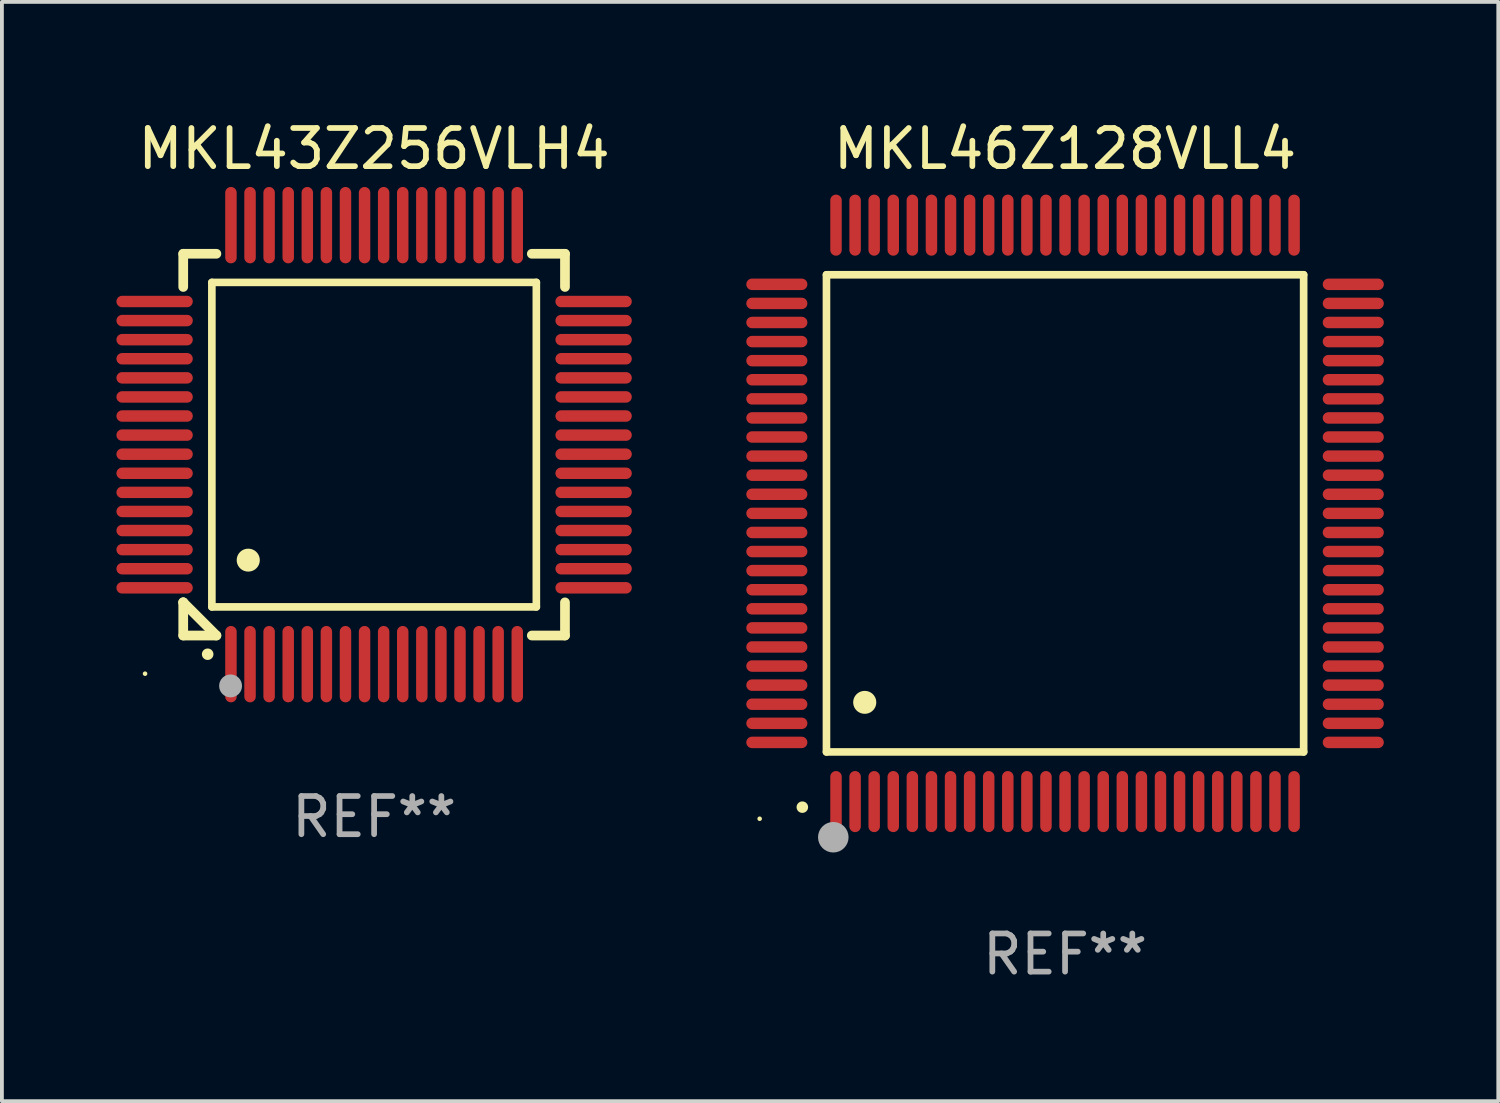
<source format=kicad_pcb>
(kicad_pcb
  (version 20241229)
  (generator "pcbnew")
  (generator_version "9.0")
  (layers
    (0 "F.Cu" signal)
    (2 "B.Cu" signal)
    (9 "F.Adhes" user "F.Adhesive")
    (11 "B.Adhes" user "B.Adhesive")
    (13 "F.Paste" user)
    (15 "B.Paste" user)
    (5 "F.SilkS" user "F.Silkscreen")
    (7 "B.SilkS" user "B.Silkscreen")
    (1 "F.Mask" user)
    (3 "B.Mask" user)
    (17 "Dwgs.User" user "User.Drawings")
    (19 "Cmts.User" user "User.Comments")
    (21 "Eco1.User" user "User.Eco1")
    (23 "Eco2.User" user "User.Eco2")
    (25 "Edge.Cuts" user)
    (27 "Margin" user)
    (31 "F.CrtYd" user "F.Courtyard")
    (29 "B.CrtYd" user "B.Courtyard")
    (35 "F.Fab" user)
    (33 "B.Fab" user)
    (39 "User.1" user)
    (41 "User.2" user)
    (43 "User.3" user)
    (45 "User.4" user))
  (footprint "MKL43Z256VLH4"
    (layer "F.Cu")
    (at 6.75 8.598)
    (property "Reference" "MKL43Z256VLH4" (at 0 -7.75 0) (layer "F.SilkS") (effects (font (size 1 1) (thickness 0.15))))
    (attr through_hole)
    (fp_line (start -5 -5) (end -4.131 -5) (stroke (width 0.254) (type solid)) (layer "F.SilkS"))
    (fp_line (start -5 -4.131) (end -5 -5) (stroke (width 0.254) (type solid)) (layer "F.SilkS"))
    (fp_line (start -5 4.131) (end -5 4.131) (stroke (width 0.254) (type solid)) (layer "F.SilkS"))
    (fp_line (start -5 5) (end -5 4.131) (stroke (width 0.254) (type solid)) (layer "F.SilkS"))
    (fp_line (start -5 4.131) (end -4.131 5) (stroke (width 0.254) (type solid)) (layer "F.SilkS"))
    (fp_line (start -4.25 -4.25) (end -4.25 4.25) (stroke (width 0.2) (type solid)) (layer "F.SilkS"))
    (fp_line (start -4.25 4.25) (end 4.25 4.25) (stroke (width 0.2) (type solid)) (layer "F.SilkS"))
    (fp_line (start -4.131 5) (end -5 5) (stroke (width 0.254) (type solid)) (layer "F.SilkS"))
    (fp_line (start 4.25 -4.25) (end -4.25 -4.25) (stroke (width 0.2) (type solid)) (layer "F.SilkS"))
    (fp_line (start 4.25 4.25) (end 4.25 -4.25) (stroke (width 0.2) (type solid)) (layer "F.SilkS"))
    (fp_line (start 5 -5) (end 4.131 -5) (stroke (width 0.254) (type solid)) (layer "F.SilkS"))
    (fp_line (start 5 -5) (end 5 -4.131) (stroke (width 0.254) (type solid)) (layer "F.SilkS"))
    (fp_line (start 5 4.131) (end 5 5) (stroke (width 0.254) (type solid)) (layer "F.SilkS"))
    (fp_line (start 5 5) (end 4.131 5) (stroke (width 0.254) (type solid)) (layer "F.SilkS"))
    (fp_arc (start -4.361265 5.489992) (mid -4.359995 5.489987) (end -4.358725 5.489992) (stroke (width 0.3) (type solid)) (layer "F.SilkS"))
    (fp_arc (start -3.299467 3.025146) (mid -3.296927 3.025135) (end -3.294387 3.025146) (stroke (width 0.6) (type solid)) (layer "F.SilkS"))
    (fp_circle (center -6 6) (end -5.97 6) (stroke (width 0.06) (type solid)) (fill no) (layer "F.SilkS"))
    (fp_circle (center -3.76 6.32) (end -3.61 6.32) (stroke (width 0.3) (type solid)) (fill no) (layer "F.Fab"))
    (fp_text user "REF**" (at 0 9.75 0) (layer "F.Fab") (effects (font (size 1 1) (thickness 0.15))))
    (pad "1" smd oval (at -3.75 5.75) (size 0.3 2) (layers "F.Cu" "F.Mask" "F.Paste"))
    (pad "2" smd oval (at -3.25 5.75) (size 0.3 2) (layers "F.Cu" "F.Mask" "F.Paste"))
    (pad "3" smd oval (at -2.75 5.75) (size 0.3 2) (layers "F.Cu" "F.Mask" "F.Paste"))
    (pad "4" smd oval (at -2.25 5.75) (size 0.3 2) (layers "F.Cu" "F.Mask" "F.Paste"))
    (pad "5" smd oval (at -1.75 5.75) (size 0.3 2) (layers "F.Cu" "F.Mask" "F.Paste"))
    (pad "6" smd oval (at -1.25 5.75) (size 0.3 2) (layers "F.Cu" "F.Mask" "F.Paste"))
    (pad "7" smd oval (at -0.75 5.75) (size 0.3 2) (layers "F.Cu" "F.Mask" "F.Paste"))
    (pad "8" smd oval (at -0.25 5.75) (size 0.3 2) (layers "F.Cu" "F.Mask" "F.Paste"))
    (pad "9" smd oval (at 0.25 5.75) (size 0.3 2) (layers "F.Cu" "F.Mask" "F.Paste"))
    (pad "10" smd oval (at 0.75 5.75) (size 0.3 2) (layers "F.Cu" "F.Mask" "F.Paste"))
    (pad "11" smd oval (at 1.25 5.75) (size 0.3 2) (layers "F.Cu" "F.Mask" "F.Paste"))
    (pad "12" smd oval (at 1.75 5.75) (size 0.3 2) (layers "F.Cu" "F.Mask" "F.Paste"))
    (pad "13" smd oval (at 2.25 5.75) (size 0.3 2) (layers "F.Cu" "F.Mask" "F.Paste"))
    (pad "14" smd oval (at 2.75 5.75) (size 0.3 2) (layers "F.Cu" "F.Mask" "F.Paste"))
    (pad "15" smd oval (at 3.25 5.75) (size 0.3 2) (layers "F.Cu" "F.Mask" "F.Paste"))
    (pad "16" smd oval (at 3.75 5.75) (size 0.3 2) (layers "F.Cu" "F.Mask" "F.Paste"))
    (pad "17" smd oval (at 5.75 3.75) (size 2 0.3) (layers "F.Cu" "F.Mask" "F.Paste"))
    (pad "18" smd oval (at 5.75 3.25) (size 2 0.3) (layers "F.Cu" "F.Mask" "F.Paste"))
    (pad "19" smd oval (at 5.75 2.75) (size 2 0.3) (layers "F.Cu" "F.Mask" "F.Paste"))
    (pad "20" smd oval (at 5.75 2.25) (size 2 0.3) (layers "F.Cu" "F.Mask" "F.Paste"))
    (pad "21" smd oval (at 5.75 1.75) (size 2 0.3) (layers "F.Cu" "F.Mask" "F.Paste"))
    (pad "22" smd oval (at 5.75 1.25) (size 2 0.3) (layers "F.Cu" "F.Mask" "F.Paste"))
    (pad "23" smd oval (at 5.75 0.75) (size 2 0.3) (layers "F.Cu" "F.Mask" "F.Paste"))
    (pad "24" smd oval (at 5.75 0.25) (size 2 0.3) (layers "F.Cu" "F.Mask" "F.Paste"))
    (pad "25" smd oval (at 5.75 -0.25) (size 2 0.3) (layers "F.Cu" "F.Mask" "F.Paste"))
    (pad "26" smd oval (at 5.75 -0.75) (size 2 0.3) (layers "F.Cu" "F.Mask" "F.Paste"))
    (pad "27" smd oval (at 5.75 -1.25) (size 2 0.3) (layers "F.Cu" "F.Mask" "F.Paste"))
    (pad "28" smd oval (at 5.75 -1.75) (size 2 0.3) (layers "F.Cu" "F.Mask" "F.Paste"))
    (pad "29" smd oval (at 5.75 -2.25) (size 2 0.3) (layers "F.Cu" "F.Mask" "F.Paste"))
    (pad "30" smd oval (at 5.75 -2.75) (size 2 0.3) (layers "F.Cu" "F.Mask" "F.Paste"))
    (pad "31" smd oval (at 5.75 -3.25) (size 2 0.3) (layers "F.Cu" "F.Mask" "F.Paste"))
    (pad "32" smd oval (at 5.75 -3.75) (size 2 0.3) (layers "F.Cu" "F.Mask" "F.Paste"))
    (pad "33" smd oval (at 3.75 -5.75) (size 0.3 2) (layers "F.Cu" "F.Mask" "F.Paste"))
    (pad "34" smd oval (at 3.25 -5.75) (size 0.3 2) (layers "F.Cu" "F.Mask" "F.Paste"))
    (pad "35" smd oval (at 2.75 -5.75) (size 0.3 2) (layers "F.Cu" "F.Mask" "F.Paste"))
    (pad "36" smd oval (at 2.25 -5.75) (size 0.3 2) (layers "F.Cu" "F.Mask" "F.Paste"))
    (pad "37" smd oval (at 1.75 -5.75) (size 0.3 2) (layers "F.Cu" "F.Mask" "F.Paste"))
    (pad "38" smd oval (at 1.25 -5.75) (size 0.3 2) (layers "F.Cu" "F.Mask" "F.Paste"))
    (pad "39" smd oval (at 0.75 -5.75) (size 0.3 2) (layers "F.Cu" "F.Mask" "F.Paste"))
    (pad "40" smd oval (at 0.25 -5.75) (size 0.3 2) (layers "F.Cu" "F.Mask" "F.Paste"))
    (pad "41" smd oval (at -0.25 -5.75) (size 0.3 2) (layers "F.Cu" "F.Mask" "F.Paste"))
    (pad "42" smd oval (at -0.75 -5.75) (size 0.3 2) (layers "F.Cu" "F.Mask" "F.Paste"))
    (pad "43" smd oval (at -1.25 -5.75) (size 0.3 2) (layers "F.Cu" "F.Mask" "F.Paste"))
    (pad "44" smd oval (at -1.75 -5.75) (size 0.3 2) (layers "F.Cu" "F.Mask" "F.Paste"))
    (pad "45" smd oval (at -2.25 -5.75) (size 0.3 2) (layers "F.Cu" "F.Mask" "F.Paste"))
    (pad "46" smd oval (at -2.75 -5.75) (size 0.3 2) (layers "F.Cu" "F.Mask" "F.Paste"))
    (pad "47" smd oval (at -3.25 -5.75) (size 0.3 2) (layers "F.Cu" "F.Mask" "F.Paste"))
    (pad "48" smd oval (at -3.75 -5.75) (size 0.3 2) (layers "F.Cu" "F.Mask" "F.Paste"))
    (pad "49" smd oval (at -5.75 -3.75) (size 2 0.3) (layers "F.Cu" "F.Mask" "F.Paste"))
    (pad "50" smd oval (at -5.75 -3.25) (size 2 0.3) (layers "F.Cu" "F.Mask" "F.Paste"))
    (pad "51" smd oval (at -5.75 -2.75) (size 2 0.3) (layers "F.Cu" "F.Mask" "F.Paste"))
    (pad "52" smd oval (at -5.75 -2.25) (size 2 0.3) (layers "F.Cu" "F.Mask" "F.Paste"))
    (pad "53" smd oval (at -5.75 -1.75) (size 2 0.3) (layers "F.Cu" "F.Mask" "F.Paste"))
    (pad "54" smd oval (at -5.75 -1.25) (size 2 0.3) (layers "F.Cu" "F.Mask" "F.Paste"))
    (pad "55" smd oval (at -5.75 -0.75) (size 2 0.3) (layers "F.Cu" "F.Mask" "F.Paste"))
    (pad "56" smd oval (at -5.75 -0.25) (size 2 0.3) (layers "F.Cu" "F.Mask" "F.Paste"))
    (pad "57" smd oval (at -5.75 0.25) (size 2 0.3) (layers "F.Cu" "F.Mask" "F.Paste"))
    (pad "58" smd oval (at -5.75 0.75) (size 2 0.3) (layers "F.Cu" "F.Mask" "F.Paste"))
    (pad "59" smd oval (at -5.75 1.25) (size 2 0.3) (layers "F.Cu" "F.Mask" "F.Paste"))
    (pad "60" smd oval (at -5.75 1.75) (size 2 0.3) (layers "F.Cu" "F.Mask" "F.Paste"))
    (pad "61" smd oval (at -5.75 2.25) (size 2 0.3) (layers "F.Cu" "F.Mask" "F.Paste"))
    (pad "62" smd oval (at -5.75 2.75) (size 2 0.3) (layers "F.Cu" "F.Mask" "F.Paste"))
    (pad "63" smd oval (at -5.75 3.25) (size 2 0.3) (layers "F.Cu" "F.Mask" "F.Paste"))
    (pad "64" smd oval (at -5.75 3.75) (size 2 0.3) (layers "F.Cu" "F.Mask" "F.Paste")))
  (footprint "MKL46Z128VLL4"
    (layer "F.Cu")
    (at 24.85 10.398)
    (property "Reference" "MKL46Z128VLL4" (at 0 -9.55 0) (layer "F.SilkS") (effects (font (size 1 1) (thickness 0.15))))
    (attr through_hole)
    (fp_line (start -6.25 -6.25) (end -6.25 6.25) (stroke (width 0.2) (type solid)) (layer "F.SilkS"))
    (fp_line (start -6.25 6.25) (end 6.25 6.25) (stroke (width 0.2) (type solid)) (layer "F.SilkS"))
    (fp_line (start 6.25 -6.25) (end -6.25 -6.25) (stroke (width 0.2) (type solid)) (layer "F.SilkS"))
    (fp_line (start 6.25 6.25) (end 6.25 -6.25) (stroke (width 0.2) (type solid)) (layer "F.SilkS"))
    (fp_arc (start -6.883414 7.696215) (mid -6.882144 7.69621) (end -6.880874 7.696215) (stroke (width 0.3) (type solid)) (layer "F.SilkS"))
    (fp_arc (start -5.250191 4.95047) (mid -5.247651 4.950459) (end -5.245111 4.95047) (stroke (width 0.6) (type solid)) (layer "F.SilkS"))
    (fp_circle (center -8 8) (end -7.97 8) (stroke (width 0.06) (type solid)) (fill no) (layer "F.SilkS"))
    (fp_circle (center -6.071 8.484) (end -5.871 8.484) (stroke (width 0.4) (type solid)) (fill no) (layer "F.Fab"))
    (fp_text user "REF**" (at 0 11.55 0) (layer "F.Fab") (effects (font (size 1 1) (thickness 0.15))))
    (pad "1" smd oval (at -6 7.55) (size 0.3 1.6) (layers "F.Cu" "F.Mask" "F.Paste"))
    (pad "2" smd oval (at -5.5 7.55) (size 0.3 1.6) (layers "F.Cu" "F.Mask" "F.Paste"))
    (pad "3" smd oval (at -5 7.55) (size 0.3 1.6) (layers "F.Cu" "F.Mask" "F.Paste"))
    (pad "4" smd oval (at -4.5 7.55) (size 0.3 1.6) (layers "F.Cu" "F.Mask" "F.Paste"))
    (pad "5" smd oval (at -4 7.55) (size 0.3 1.6) (layers "F.Cu" "F.Mask" "F.Paste"))
    (pad "6" smd oval (at -3.5 7.55) (size 0.3 1.6) (layers "F.Cu" "F.Mask" "F.Paste"))
    (pad "7" smd oval (at -3 7.55) (size 0.3 1.6) (layers "F.Cu" "F.Mask" "F.Paste"))
    (pad "8" smd oval (at -2.5 7.55) (size 0.3 1.6) (layers "F.Cu" "F.Mask" "F.Paste"))
    (pad "9" smd oval (at -2 7.55) (size 0.3 1.6) (layers "F.Cu" "F.Mask" "F.Paste"))
    (pad "10" smd oval (at -1.5 7.55) (size 0.3 1.6) (layers "F.Cu" "F.Mask" "F.Paste"))
    (pad "11" smd oval (at -1 7.55) (size 0.3 1.6) (layers "F.Cu" "F.Mask" "F.Paste"))
    (pad "12" smd oval (at -0.5 7.55) (size 0.3 1.6) (layers "F.Cu" "F.Mask" "F.Paste"))
    (pad "13" smd oval (at 0 7.55) (size 0.3 1.6) (layers "F.Cu" "F.Mask" "F.Paste"))
    (pad "14" smd oval (at 0.5 7.55) (size 0.3 1.6) (layers "F.Cu" "F.Mask" "F.Paste"))
    (pad "15" smd oval (at 1 7.55) (size 0.3 1.6) (layers "F.Cu" "F.Mask" "F.Paste"))
    (pad "16" smd oval (at 1.5 7.55) (size 0.3 1.6) (layers "F.Cu" "F.Mask" "F.Paste"))
    (pad "17" smd oval (at 2 7.55) (size 0.3 1.6) (layers "F.Cu" "F.Mask" "F.Paste"))
    (pad "18" smd oval (at 2.5 7.55) (size 0.3 1.6) (layers "F.Cu" "F.Mask" "F.Paste"))
    (pad "19" smd oval (at 3 7.55) (size 0.3 1.6) (layers "F.Cu" "F.Mask" "F.Paste"))
    (pad "20" smd oval (at 3.5 7.55) (size 0.3 1.6) (layers "F.Cu" "F.Mask" "F.Paste"))
    (pad "21" smd oval (at 4 7.55) (size 0.3 1.6) (layers "F.Cu" "F.Mask" "F.Paste"))
    (pad "22" smd oval (at 4.5 7.55) (size 0.3 1.6) (layers "F.Cu" "F.Mask" "F.Paste"))
    (pad "23" smd oval (at 5 7.55) (size 0.3 1.6) (layers "F.Cu" "F.Mask" "F.Paste"))
    (pad "24" smd oval (at 5.5 7.55) (size 0.3 1.6) (layers "F.Cu" "F.Mask" "F.Paste"))
    (pad "25" smd oval (at 6 7.55) (size 0.3 1.6) (layers "F.Cu" "F.Mask" "F.Paste"))
    (pad "26" smd oval (at 7.55 6) (size 1.6 0.3) (layers "F.Cu" "F.Mask" "F.Paste"))
    (pad "27" smd oval (at 7.55 5.5) (size 1.6 0.3) (layers "F.Cu" "F.Mask" "F.Paste"))
    (pad "28" smd oval (at 7.55 5) (size 1.6 0.3) (layers "F.Cu" "F.Mask" "F.Paste"))
    (pad "29" smd oval (at 7.55 4.5) (size 1.6 0.3) (layers "F.Cu" "F.Mask" "F.Paste"))
    (pad "30" smd oval (at 7.55 4) (size 1.6 0.3) (layers "F.Cu" "F.Mask" "F.Paste"))
    (pad "31" smd oval (at 7.55 3.5) (size 1.6 0.3) (layers "F.Cu" "F.Mask" "F.Paste"))
    (pad "32" smd oval (at 7.55 3) (size 1.6 0.3) (layers "F.Cu" "F.Mask" "F.Paste"))
    (pad "33" smd oval (at 7.55 2.5) (size 1.6 0.3) (layers "F.Cu" "F.Mask" "F.Paste"))
    (pad "34" smd oval (at 7.55 2) (size 1.6 0.3) (layers "F.Cu" "F.Mask" "F.Paste"))
    (pad "35" smd oval (at 7.55 1.5) (size 1.6 0.3) (layers "F.Cu" "F.Mask" "F.Paste"))
    (pad "36" smd oval (at 7.55 1) (size 1.6 0.3) (layers "F.Cu" "F.Mask" "F.Paste"))
    (pad "37" smd oval (at 7.55 0.5) (size 1.6 0.3) (layers "F.Cu" "F.Mask" "F.Paste"))
    (pad "38" smd oval (at 7.55 0) (size 1.6 0.3) (layers "F.Cu" "F.Mask" "F.Paste"))
    (pad "39" smd oval (at 7.55 -0.5) (size 1.6 0.3) (layers "F.Cu" "F.Mask" "F.Paste"))
    (pad "40" smd oval (at 7.55 -1) (size 1.6 0.3) (layers "F.Cu" "F.Mask" "F.Paste"))
    (pad "41" smd oval (at 7.55 -1.5) (size 1.6 0.3) (layers "F.Cu" "F.Mask" "F.Paste"))
    (pad "42" smd oval (at 7.55 -2) (size 1.6 0.3) (layers "F.Cu" "F.Mask" "F.Paste"))
    (pad "43" smd oval (at 7.55 -2.5) (size 1.6 0.3) (layers "F.Cu" "F.Mask" "F.Paste"))
    (pad "44" smd oval (at 7.55 -3) (size 1.6 0.3) (layers "F.Cu" "F.Mask" "F.Paste"))
    (pad "45" smd oval (at 7.55 -3.5) (size 1.6 0.3) (layers "F.Cu" "F.Mask" "F.Paste"))
    (pad "46" smd oval (at 7.55 -4) (size 1.6 0.3) (layers "F.Cu" "F.Mask" "F.Paste"))
    (pad "47" smd oval (at 7.55 -4.5) (size 1.6 0.3) (layers "F.Cu" "F.Mask" "F.Paste"))
    (pad "48" smd oval (at 7.55 -5) (size 1.6 0.3) (layers "F.Cu" "F.Mask" "F.Paste"))
    (pad "49" smd oval (at 7.55 -5.5) (size 1.6 0.3) (layers "F.Cu" "F.Mask" "F.Paste"))
    (pad "50" smd oval (at 7.55 -6) (size 1.6 0.3) (layers "F.Cu" "F.Mask" "F.Paste"))
    (pad "51" smd oval (at 6 -7.55) (size 0.3 1.6) (layers "F.Cu" "F.Mask" "F.Paste"))
    (pad "52" smd oval (at 5.5 -7.55) (size 0.3 1.6) (layers "F.Cu" "F.Mask" "F.Paste"))
    (pad "53" smd oval (at 5 -7.55) (size 0.3 1.6) (layers "F.Cu" "F.Mask" "F.Paste"))
    (pad "54" smd oval (at 4.5 -7.55) (size 0.3 1.6) (layers "F.Cu" "F.Mask" "F.Paste"))
    (pad "55" smd oval (at 4 -7.55) (size 0.3 1.6) (layers "F.Cu" "F.Mask" "F.Paste"))
    (pad "56" smd oval (at 3.5 -7.55) (size 0.3 1.6) (layers "F.Cu" "F.Mask" "F.Paste"))
    (pad "57" smd oval (at 3 -7.55) (size 0.3 1.6) (layers "F.Cu" "F.Mask" "F.Paste"))
    (pad "58" smd oval (at 2.5 -7.55) (size 0.3 1.6) (layers "F.Cu" "F.Mask" "F.Paste"))
    (pad "59" smd oval (at 2 -7.55) (size 0.3 1.6) (layers "F.Cu" "F.Mask" "F.Paste"))
    (pad "60" smd oval (at 1.5 -7.55) (size 0.3 1.6) (layers "F.Cu" "F.Mask" "F.Paste"))
    (pad "61" smd oval (at 1 -7.55) (size 0.3 1.6) (layers "F.Cu" "F.Mask" "F.Paste"))
    (pad "62" smd oval (at 0.5 -7.55) (size 0.3 1.6) (layers "F.Cu" "F.Mask" "F.Paste"))
    (pad "63" smd oval (at 0 -7.55) (size 0.3 1.6) (layers "F.Cu" "F.Mask" "F.Paste"))
    (pad "64" smd oval (at -0.5 -7.55) (size 0.3 1.6) (layers "F.Cu" "F.Mask" "F.Paste"))
    (pad "65" smd oval (at -1 -7.55) (size 0.3 1.6) (layers "F.Cu" "F.Mask" "F.Paste"))
    (pad "66" smd oval (at -1.5 -7.55) (size 0.3 1.6) (layers "F.Cu" "F.Mask" "F.Paste"))
    (pad "67" smd oval (at -2 -7.55) (size 0.3 1.6) (layers "F.Cu" "F.Mask" "F.Paste"))
    (pad "68" smd oval (at -2.5 -7.55) (size 0.3 1.6) (layers "F.Cu" "F.Mask" "F.Paste"))
    (pad "69" smd oval (at -3 -7.55) (size 0.3 1.6) (layers "F.Cu" "F.Mask" "F.Paste"))
    (pad "70" smd oval (at -3.5 -7.55) (size 0.3 1.6) (layers "F.Cu" "F.Mask" "F.Paste"))
    (pad "71" smd oval (at -4 -7.55) (size 0.3 1.6) (layers "F.Cu" "F.Mask" "F.Paste"))
    (pad "72" smd oval (at -4.5 -7.55) (size 0.3 1.6) (layers "F.Cu" "F.Mask" "F.Paste"))
    (pad "73" smd oval (at -5 -7.55) (size 0.3 1.6) (layers "F.Cu" "F.Mask" "F.Paste"))
    (pad "74" smd oval (at -5.5 -7.55) (size 0.3 1.6) (layers "F.Cu" "F.Mask" "F.Paste"))
    (pad "75" smd oval (at -6 -7.55) (size 0.3 1.6) (layers "F.Cu" "F.Mask" "F.Paste"))
    (pad "76" smd oval (at -7.55 -6) (size 1.6 0.3) (layers "F.Cu" "F.Mask" "F.Paste"))
    (pad "77" smd oval (at -7.55 -5.5) (size 1.6 0.3) (layers "F.Cu" "F.Mask" "F.Paste"))
    (pad "78" smd oval (at -7.55 -5) (size 1.6 0.3) (layers "F.Cu" "F.Mask" "F.Paste"))
    (pad "79" smd oval (at -7.55 -4.5) (size 1.6 0.3) (layers "F.Cu" "F.Mask" "F.Paste"))
    (pad "80" smd oval (at -7.55 -4) (size 1.6 0.3) (layers "F.Cu" "F.Mask" "F.Paste"))
    (pad "81" smd oval (at -7.55 -3.5) (size 1.6 0.3) (layers "F.Cu" "F.Mask" "F.Paste"))
    (pad "82" smd oval (at -7.55 -3) (size 1.6 0.3) (layers "F.Cu" "F.Mask" "F.Paste"))
    (pad "83" smd oval (at -7.55 -2.5) (size 1.6 0.3) (layers "F.Cu" "F.Mask" "F.Paste"))
    (pad "84" smd oval (at -7.55 -2) (size 1.6 0.3) (layers "F.Cu" "F.Mask" "F.Paste"))
    (pad "85" smd oval (at -7.55 -1.5) (size 1.6 0.3) (layers "F.Cu" "F.Mask" "F.Paste"))
    (pad "86" smd oval (at -7.55 -1) (size 1.6 0.3) (layers "F.Cu" "F.Mask" "F.Paste"))
    (pad "87" smd oval (at -7.55 -0.5) (size 1.6 0.3) (layers "F.Cu" "F.Mask" "F.Paste"))
    (pad "88" smd oval (at -7.55 0) (size 1.6 0.3) (layers "F.Cu" "F.Mask" "F.Paste"))
    (pad "89" smd oval (at -7.55 0.5) (size 1.6 0.3) (layers "F.Cu" "F.Mask" "F.Paste"))
    (pad "90" smd oval (at -7.55 1) (size 1.6 0.3) (layers "F.Cu" "F.Mask" "F.Paste"))
    (pad "91" smd oval (at -7.55 1.5) (size 1.6 0.3) (layers "F.Cu" "F.Mask" "F.Paste"))
    (pad "92" smd oval (at -7.55 2) (size 1.6 0.3) (layers "F.Cu" "F.Mask" "F.Paste"))
    (pad "93" smd oval (at -7.55 2.5) (size 1.6 0.3) (layers "F.Cu" "F.Mask" "F.Paste"))
    (pad "94" smd oval (at -7.55 3) (size 1.6 0.3) (layers "F.Cu" "F.Mask" "F.Paste"))
    (pad "95" smd oval (at -7.55 3.5) (size 1.6 0.3) (layers "F.Cu" "F.Mask" "F.Paste"))
    (pad "96" smd oval (at -7.55 4) (size 1.6 0.3) (layers "F.Cu" "F.Mask" "F.Paste"))
    (pad "97" smd oval (at -7.55 4.5) (size 1.6 0.3) (layers "F.Cu" "F.Mask" "F.Paste"))
    (pad "98" smd oval (at -7.55 5) (size 1.6 0.3) (layers "F.Cu" "F.Mask" "F.Paste"))
    (pad "99" smd oval (at -7.55 5.5) (size 1.6 0.3) (layers "F.Cu" "F.Mask" "F.Paste"))
    (pad "100" smd oval (at -7.55 6) (size 1.6 0.3) (layers "F.Cu" "F.Mask" "F.Paste")))
  (gr_rect
    (start -3 -3)
    (end 36.199 25.796)
    (stroke (width 0.1) (type default))
    (fill no)
    (layer "Edge.Cuts")))
</source>
